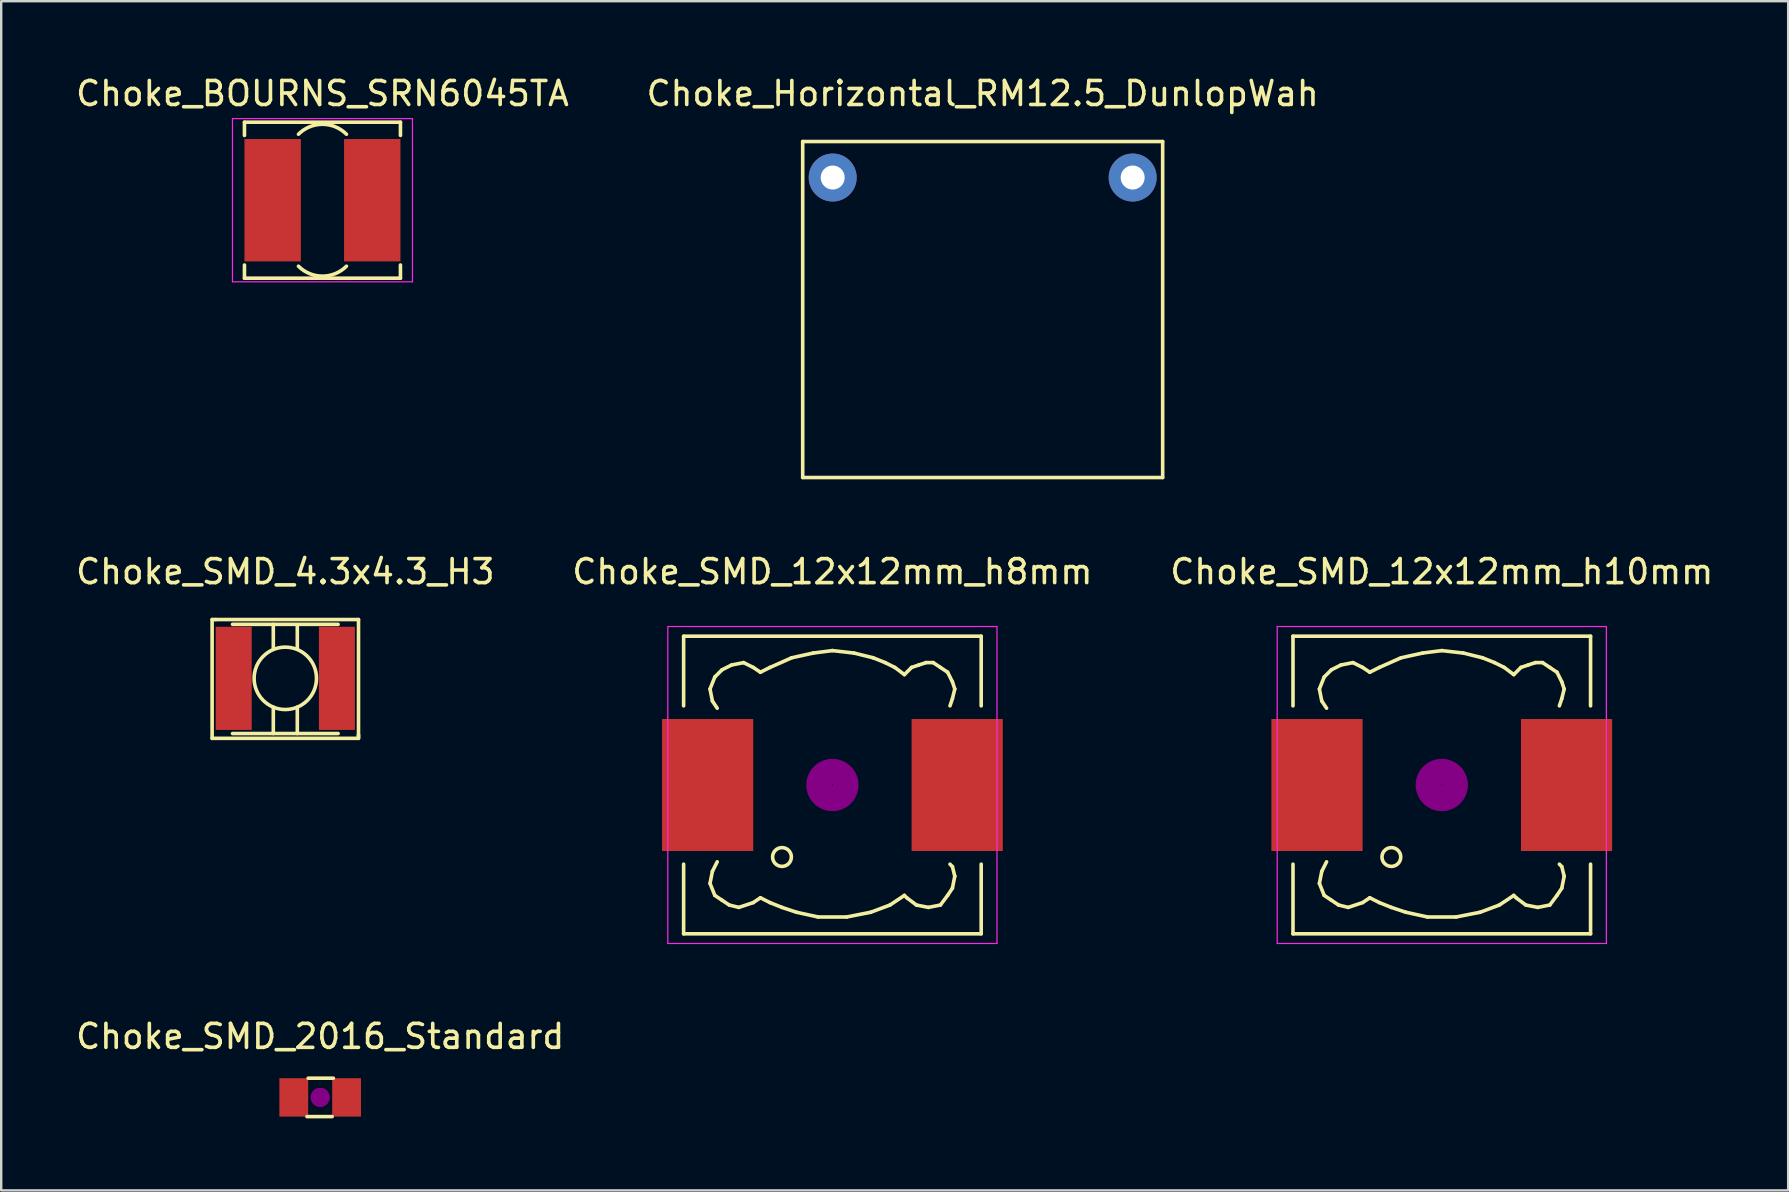
<source format=kicad_pcb>
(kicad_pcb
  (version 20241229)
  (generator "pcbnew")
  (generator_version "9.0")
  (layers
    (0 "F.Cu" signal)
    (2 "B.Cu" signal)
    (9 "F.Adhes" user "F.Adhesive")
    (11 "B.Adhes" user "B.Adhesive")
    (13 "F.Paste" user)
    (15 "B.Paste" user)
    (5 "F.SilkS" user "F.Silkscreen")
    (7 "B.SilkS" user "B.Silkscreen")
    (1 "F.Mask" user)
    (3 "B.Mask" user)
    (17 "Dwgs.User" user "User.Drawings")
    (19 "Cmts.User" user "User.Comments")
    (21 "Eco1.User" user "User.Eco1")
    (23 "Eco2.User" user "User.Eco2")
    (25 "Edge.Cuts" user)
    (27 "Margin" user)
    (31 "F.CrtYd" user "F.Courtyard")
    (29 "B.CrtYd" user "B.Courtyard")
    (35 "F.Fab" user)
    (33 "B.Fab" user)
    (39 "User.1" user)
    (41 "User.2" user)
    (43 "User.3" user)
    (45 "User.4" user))
  (footprint "Choke_SMD_12x12mm_h10mm"
    (layer "F.Cu")
    (at 57.03 29.662)
    (property "Reference" "Choke_SMD_12x12mm_h10mm" (at 0 -8.89 0) (layer "F.SilkS") (effects (font (size 1 1) (thickness 0.15))))
    (attr smd)
    (fp_line (start -6.2 -6.2) (end -6.2 -3.299) (stroke (width 0.15) (type solid)) (layer "F.SilkS"))
    (fp_line (start -6.2 3.299) (end -6.2 6.2) (stroke (width 0.15) (type solid)) (layer "F.SilkS"))
    (fp_line (start -6.2 6.2) (end 6.2 6.2) (stroke (width 0.15) (type solid)) (layer "F.SilkS"))
    (fp_line (start -5.1 -4) (end -5.001 -3.5) (stroke (width 0.15) (type solid)) (layer "F.SilkS"))
    (fp_line (start -5.1 4.1) (end -5.001 3.599) (stroke (width 0.15) (type solid)) (layer "F.SilkS"))
    (fp_line (start -5.001 -3.5) (end -4.801 -3.2) (stroke (width 0.15) (type solid)) (layer "F.SilkS"))
    (fp_line (start -5.001 3.599) (end -4.801 3.2) (stroke (width 0.15) (type solid)) (layer "F.SilkS"))
    (fp_line (start -4.9 -4.501) (end -5.1 -4) (stroke (width 0.15) (type solid)) (layer "F.SilkS"))
    (fp_line (start -4.9 4.6) (end -5.1 4.1) (stroke (width 0.15) (type solid)) (layer "F.SilkS"))
    (fp_line (start -4.6 -4.801) (end -4.9 -4.501) (stroke (width 0.15) (type solid)) (layer "F.SilkS"))
    (fp_line (start -4.6 4.801) (end -4.9 4.6) (stroke (width 0.15) (type solid)) (layer "F.SilkS"))
    (fp_line (start -4.3 5.001) (end -4.6 4.801) (stroke (width 0.15) (type solid)) (layer "F.SilkS"))
    (fp_line (start -4.201 -5.001) (end -4.6 -4.801) (stroke (width 0.15) (type solid)) (layer "F.SilkS"))
    (fp_line (start -3.899 5.1) (end -4.3 5.001) (stroke (width 0.15) (type solid)) (layer "F.SilkS"))
    (fp_line (start -3.701 -5.1) (end -4.201 -5.001) (stroke (width 0.15) (type solid)) (layer "F.SilkS"))
    (fp_line (start -3.299 -4.9) (end -3.701 -5.1) (stroke (width 0.15) (type solid)) (layer "F.SilkS"))
    (fp_line (start -3.299 4.9) (end -3.899 5.1) (stroke (width 0.15) (type solid)) (layer "F.SilkS"))
    (fp_line (start -3 -4.699) (end -3.299 -4.9) (stroke (width 0.15) (type solid)) (layer "F.SilkS"))
    (fp_line (start -3 4.699) (end -3.299 4.9) (stroke (width 0.15) (type solid)) (layer "F.SilkS"))
    (fp_line (start -2.601 -4.9) (end -3 -4.699) (stroke (width 0.15) (type solid)) (layer "F.SilkS"))
    (fp_line (start -2.601 4.9) (end -3 4.699) (stroke (width 0.15) (type solid)) (layer "F.SilkS"))
    (fp_line (start -2.101 5.1) (end -2.601 4.9) (stroke (width 0.15) (type solid)) (layer "F.SilkS"))
    (fp_line (start -1.699 -5.301) (end -2.601 -4.9) (stroke (width 0.15) (type solid)) (layer "F.SilkS"))
    (fp_line (start -1.501 5.301) (end -2.101 5.1) (stroke (width 0.15) (type solid)) (layer "F.SilkS"))
    (fp_line (start -0.8 -5.499) (end -1.699 -5.301) (stroke (width 0.15) (type solid)) (layer "F.SilkS"))
    (fp_line (start -0.599 5.499) (end -1.501 5.301) (stroke (width 0.15) (type solid)) (layer "F.SilkS"))
    (fp_line (start 0 -5.601) (end -0.8 -5.499) (stroke (width 0.15) (type solid)) (layer "F.SilkS"))
    (fp_line (start 0.599 5.499) (end -0.599 5.499) (stroke (width 0.15) (type solid)) (layer "F.SilkS"))
    (fp_line (start 0.899 -5.499) (end 0 -5.601) (stroke (width 0.15) (type solid)) (layer "F.SilkS"))
    (fp_line (start 1.6 5.301) (end 0.599 5.499) (stroke (width 0.15) (type solid)) (layer "F.SilkS"))
    (fp_line (start 1.699 -5.301) (end 0.899 -5.499) (stroke (width 0.15) (type solid)) (layer "F.SilkS"))
    (fp_line (start 2.2 -5.1) (end 1.699 -5.301) (stroke (width 0.15) (type solid)) (layer "F.SilkS"))
    (fp_line (start 2.4 5.001) (end 1.6 5.301) (stroke (width 0.15) (type solid)) (layer "F.SilkS"))
    (fp_line (start 2.601 -4.9) (end 2.2 -5.1) (stroke (width 0.15) (type solid)) (layer "F.SilkS"))
    (fp_line (start 3 -4.6) (end 2.601 -4.9) (stroke (width 0.15) (type solid)) (layer "F.SilkS"))
    (fp_line (start 3 4.6) (end 2.4 5.001) (stroke (width 0.15) (type solid)) (layer "F.SilkS"))
    (fp_line (start 3.099 4.699) (end 3 4.6) (stroke (width 0.15) (type solid)) (layer "F.SilkS"))
    (fp_line (start 3.299 -4.9) (end 3 -4.6) (stroke (width 0.15) (type solid)) (layer "F.SilkS"))
    (fp_line (start 3.5 5.001) (end 3.099 4.699) (stroke (width 0.15) (type solid)) (layer "F.SilkS"))
    (fp_line (start 3.599 -5.001) (end 3.299 -4.9) (stroke (width 0.15) (type solid)) (layer "F.SilkS"))
    (fp_line (start 3.899 -5.1) (end 3.599 -5.001) (stroke (width 0.15) (type solid)) (layer "F.SilkS"))
    (fp_line (start 4 5.1) (end 3.5 5.001) (stroke (width 0.15) (type solid)) (layer "F.SilkS"))
    (fp_line (start 4.201 -5.1) (end 3.899 -5.1) (stroke (width 0.15) (type solid)) (layer "F.SilkS"))
    (fp_line (start 4.501 -4.9) (end 4.201 -5.1) (stroke (width 0.15) (type solid)) (layer "F.SilkS"))
    (fp_line (start 4.501 5.001) (end 4 5.1) (stroke (width 0.15) (type solid)) (layer "F.SilkS"))
    (fp_line (start 4.801 -4.699) (end 4.501 -4.9) (stroke (width 0.15) (type solid)) (layer "F.SilkS"))
    (fp_line (start 4.801 4.6) (end 4.501 5.001) (stroke (width 0.15) (type solid)) (layer "F.SilkS"))
    (fp_line (start 4.9 -3.299) (end 5.001 -3.599) (stroke (width 0.15) (type solid)) (layer "F.SilkS"))
    (fp_line (start 4.9 3.299) (end 5.001 3.401) (stroke (width 0.15) (type solid)) (layer "F.SilkS"))
    (fp_line (start 5.001 -4.3) (end 4.801 -4.699) (stroke (width 0.15) (type solid)) (layer "F.SilkS"))
    (fp_line (start 5.001 -3.599) (end 5.1 -4) (stroke (width 0.15) (type solid)) (layer "F.SilkS"))
    (fp_line (start 5.001 3.401) (end 5.1 3.8) (stroke (width 0.15) (type solid)) (layer "F.SilkS"))
    (fp_line (start 5.001 4.3) (end 4.801 4.6) (stroke (width 0.15) (type solid)) (layer "F.SilkS"))
    (fp_line (start 5.1 -4) (end 5.001 -4.3) (stroke (width 0.15) (type solid)) (layer "F.SilkS"))
    (fp_line (start 5.1 3.8) (end 5.001 4.3) (stroke (width 0.15) (type solid)) (layer "F.SilkS"))
    (fp_line (start 6.2 -6.2) (end -6.2 -6.2) (stroke (width 0.15) (type solid)) (layer "F.SilkS"))
    (fp_line (start 6.2 -6.2) (end 6.2 -3.299) (stroke (width 0.15) (type solid)) (layer "F.SilkS"))
    (fp_line (start 6.2 6.2) (end 6.2 3.299) (stroke (width 0.15) (type solid)) (layer "F.SilkS"))
    (fp_circle (center -2.101 3) (end -1.801 3.251) (stroke (width 0.15) (type solid)) (fill no) (layer "F.SilkS"))
    (fp_circle (center 0 0) (end 0.15 0.15) (stroke (width 0.381) (type solid)) (fill no) (layer "F.Adhes"))
    (fp_circle (center 0 0) (end 0.551 0) (stroke (width 0.381) (type solid)) (fill no) (layer "F.Adhes"))
    (fp_circle (center 0 0) (end 0.899 0) (stroke (width 0.381) (type solid)) (fill no) (layer "F.Adhes"))
    (fp_line (start -6.858 -6.604) (end 6.858 -6.604) (stroke (width 0.05) (type solid)) (layer "F.CrtYd"))
    (fp_line (start -6.858 6.604) (end -6.858 -6.604) (stroke (width 0.05) (type solid)) (layer "F.CrtYd"))
    (fp_line (start 6.858 -6.604) (end 6.858 6.604) (stroke (width 0.05) (type solid)) (layer "F.CrtYd"))
    (fp_line (start 6.858 6.604) (end -6.858 6.604) (stroke (width 0.05) (type solid)) (layer "F.CrtYd"))
    (pad "1" smd rect (at -5.2 0) (size 3.8 5.5) (layers "F.Cu" "F.Mask" "F.Paste"))
    (pad "2" smd rect (at 5.2 0) (size 3.8 5.5) (layers "F.Cu" "F.Mask" "F.Paste")))
  (footprint "Choke_Horizontal_RM12.5_DunlopWah"
    (layer "F.Cu")
    (at 37.899 4.348)
    (property "Reference" "Choke_Horizontal_RM12.5_DunlopWah" (at 0 -3.5 0) (layer "F.SilkS") (effects (font (size 1 1) (thickness 0.15))))
    (attr through_hole)
    (fp_line (start -7.5 -1.5) (end 7.5 -1.5) (stroke (width 0.15) (type solid)) (layer "F.SilkS"))
    (fp_line (start -7.5 12.5) (end -7.5 -1.5) (stroke (width 0.15) (type solid)) (layer "F.SilkS"))
    (fp_line (start 7.5 -1.5) (end 7.5 12.5) (stroke (width 0.15) (type solid)) (layer "F.SilkS"))
    (fp_line (start 7.5 12.5) (end -7.5 12.5) (stroke (width 0.15) (type solid)) (layer "F.SilkS"))
    (pad "1" thru_hole circle (at -6.25 0) (size 1.999 1.999) (drill 1.001) (layers "*.Cu" "*.Mask"))
    (pad "2" thru_hole circle (at 6.25 0) (size 1.999 1.999) (drill 1.001) (layers "*.Cu" "*.Mask")))
  (footprint "Choke_SMD_4.3x4.3_H3"
    (layer "F.Cu")
    (at 8.839 25.217)
    (property "Reference" "Choke_SMD_4.3x4.3_H3" (at 0 -4.445 0) (layer "F.SilkS") (effects (font (size 1 1) (thickness 0.15))))
    (attr smd)
    (fp_line (start -3.05 -2.45) (end -2.9 -2.45) (stroke (width 0.15) (type solid)) (layer "F.SilkS"))
    (fp_line (start -3.05 2.5) (end -3.05 -2.45) (stroke (width 0.15) (type solid)) (layer "F.SilkS"))
    (fp_line (start -3.05 2.5) (end 3.05 2.5) (stroke (width 0.15) (type solid)) (layer "F.SilkS"))
    (fp_line (start -2.9 -2.45) (end 3.05 -2.45) (stroke (width 0.15) (type solid)) (layer "F.SilkS"))
    (fp_line (start -2.2 2.3) (end 2.2 2.3) (stroke (width 0.15) (type solid)) (layer "F.SilkS"))
    (fp_line (start -0.5 -2.25) (end -0.5 -1.25) (stroke (width 0.15) (type solid)) (layer "F.SilkS"))
    (fp_line (start -0.5 2.3) (end -0.5 1.2) (stroke (width 0.15) (type solid)) (layer "F.SilkS"))
    (fp_line (start 0.5 -2.2) (end 0.5 -1.25) (stroke (width 0.15) (type solid)) (layer "F.SilkS"))
    (fp_line (start 0.5 2.3) (end 0.5 1.2) (stroke (width 0.15) (type solid)) (layer "F.SilkS"))
    (fp_line (start 2.2 -2.25) (end -2.2 -2.25) (stroke (width 0.15) (type solid)) (layer "F.SilkS"))
    (fp_line (start 3.05 -2.45) (end 3.05 2.45) (stroke (width 0.15) (type solid)) (layer "F.SilkS"))
    (fp_line (start 3.05 2.5) (end 3.05 2.35) (stroke (width 0.15) (type solid)) (layer "F.SilkS"))
    (fp_circle (center 0 0) (end 0 -1.3) (stroke (width 0.15) (type solid)) (fill no) (layer "F.SilkS"))
    (pad "1" smd rect (at -2.15 0) (size 1.5 4.3) (layers "F.Cu" "F.Mask" "F.Paste"))
    (pad "2" smd rect (at 2.15 0) (size 1.5 4.3) (layers "F.Cu" "F.Mask" "F.Paste")))
  (footprint "Choke_SMD_2016_Standard"
    (layer "F.Cu")
    (at 10.292 42.679)
    (property "Reference" "Choke_SMD_2016_Standard" (at 0 -2.54 0) (layer "F.SilkS") (effects (font (size 1 1) (thickness 0.15))))
    (attr smd)
    (fp_line (start -0.551 0.8) (end 0.5 0.8) (stroke (width 0.15) (type solid)) (layer "F.SilkS"))
    (fp_line (start 0.551 -0.8) (end -0.5 -0.8) (stroke (width 0.15) (type solid)) (layer "F.SilkS"))
    (fp_circle (center 0 0) (end 0.2 0) (stroke (width 0.381) (type solid)) (fill no) (layer "F.Adhes"))
    (fp_circle (center 0 0) (end 0.201 -0.051) (stroke (width 0.381) (type solid)) (fill no) (layer "F.Adhes"))
    (pad "1" smd rect (at -1.1 0) (size 1.2 1.6) (layers "F.Cu" "F.Mask" "F.Paste"))
    (pad "2" smd rect (at 1.1 0) (size 1.2 1.6) (layers "F.Cu" "F.Mask" "F.Paste")))
  (footprint "Choke_SMD_12x12mm_h8mm"
    (layer "F.Cu")
    (at 31.637 29.662)
    (property "Reference" "Choke_SMD_12x12mm_h8mm" (at 0 -8.89 0) (layer "F.SilkS") (effects (font (size 1 1) (thickness 0.15))))
    (attr smd)
    (fp_line (start -6.2 -6.2) (end -6.2 -3.299) (stroke (width 0.15) (type solid)) (layer "F.SilkS"))
    (fp_line (start -6.2 3.299) (end -6.2 6.2) (stroke (width 0.15) (type solid)) (layer "F.SilkS"))
    (fp_line (start -6.2 6.2) (end 6.2 6.2) (stroke (width 0.15) (type solid)) (layer "F.SilkS"))
    (fp_line (start -5.1 -4) (end -5.001 -3.5) (stroke (width 0.15) (type solid)) (layer "F.SilkS"))
    (fp_line (start -5.1 4.1) (end -5.001 3.599) (stroke (width 0.15) (type solid)) (layer "F.SilkS"))
    (fp_line (start -5.001 -3.5) (end -4.801 -3.2) (stroke (width 0.15) (type solid)) (layer "F.SilkS"))
    (fp_line (start -5.001 3.599) (end -4.801 3.2) (stroke (width 0.15) (type solid)) (layer "F.SilkS"))
    (fp_line (start -4.9 -4.501) (end -5.1 -4) (stroke (width 0.15) (type solid)) (layer "F.SilkS"))
    (fp_line (start -4.9 4.6) (end -5.1 4.1) (stroke (width 0.15) (type solid)) (layer "F.SilkS"))
    (fp_line (start -4.6 -4.801) (end -4.9 -4.501) (stroke (width 0.15) (type solid)) (layer "F.SilkS"))
    (fp_line (start -4.6 4.801) (end -4.9 4.6) (stroke (width 0.15) (type solid)) (layer "F.SilkS"))
    (fp_line (start -4.3 5.001) (end -4.6 4.801) (stroke (width 0.15) (type solid)) (layer "F.SilkS"))
    (fp_line (start -4.201 -5.001) (end -4.6 -4.801) (stroke (width 0.15) (type solid)) (layer "F.SilkS"))
    (fp_line (start -3.899 5.1) (end -4.3 5.001) (stroke (width 0.15) (type solid)) (layer "F.SilkS"))
    (fp_line (start -3.701 -5.1) (end -4.201 -5.001) (stroke (width 0.15) (type solid)) (layer "F.SilkS"))
    (fp_line (start -3.299 -4.9) (end -3.701 -5.1) (stroke (width 0.15) (type solid)) (layer "F.SilkS"))
    (fp_line (start -3.299 4.9) (end -3.899 5.1) (stroke (width 0.15) (type solid)) (layer "F.SilkS"))
    (fp_line (start -3 -4.699) (end -3.299 -4.9) (stroke (width 0.15) (type solid)) (layer "F.SilkS"))
    (fp_line (start -3 4.699) (end -3.299 4.9) (stroke (width 0.15) (type solid)) (layer "F.SilkS"))
    (fp_line (start -2.601 -4.9) (end -3 -4.699) (stroke (width 0.15) (type solid)) (layer "F.SilkS"))
    (fp_line (start -2.601 4.9) (end -3 4.699) (stroke (width 0.15) (type solid)) (layer "F.SilkS"))
    (fp_line (start -2.101 5.1) (end -2.601 4.9) (stroke (width 0.15) (type solid)) (layer "F.SilkS"))
    (fp_line (start -1.699 -5.301) (end -2.601 -4.9) (stroke (width 0.15) (type solid)) (layer "F.SilkS"))
    (fp_line (start -1.501 5.301) (end -2.101 5.1) (stroke (width 0.15) (type solid)) (layer "F.SilkS"))
    (fp_line (start -0.8 -5.499) (end -1.699 -5.301) (stroke (width 0.15) (type solid)) (layer "F.SilkS"))
    (fp_line (start -0.599 5.499) (end -1.501 5.301) (stroke (width 0.15) (type solid)) (layer "F.SilkS"))
    (fp_line (start 0 -5.601) (end -0.8 -5.499) (stroke (width 0.15) (type solid)) (layer "F.SilkS"))
    (fp_line (start 0.599 5.499) (end -0.599 5.499) (stroke (width 0.15) (type solid)) (layer "F.SilkS"))
    (fp_line (start 0.899 -5.499) (end 0 -5.601) (stroke (width 0.15) (type solid)) (layer "F.SilkS"))
    (fp_line (start 1.6 5.301) (end 0.599 5.499) (stroke (width 0.15) (type solid)) (layer "F.SilkS"))
    (fp_line (start 1.699 -5.301) (end 0.899 -5.499) (stroke (width 0.15) (type solid)) (layer "F.SilkS"))
    (fp_line (start 2.2 -5.1) (end 1.699 -5.301) (stroke (width 0.15) (type solid)) (layer "F.SilkS"))
    (fp_line (start 2.4 5.001) (end 1.6 5.301) (stroke (width 0.15) (type solid)) (layer "F.SilkS"))
    (fp_line (start 2.601 -4.9) (end 2.2 -5.1) (stroke (width 0.15) (type solid)) (layer "F.SilkS"))
    (fp_line (start 3 -4.6) (end 2.601 -4.9) (stroke (width 0.15) (type solid)) (layer "F.SilkS"))
    (fp_line (start 3 4.6) (end 2.4 5.001) (stroke (width 0.15) (type solid)) (layer "F.SilkS"))
    (fp_line (start 3.099 4.699) (end 3 4.6) (stroke (width 0.15) (type solid)) (layer "F.SilkS"))
    (fp_line (start 3.299 -4.9) (end 3 -4.6) (stroke (width 0.15) (type solid)) (layer "F.SilkS"))
    (fp_line (start 3.5 5.001) (end 3.099 4.699) (stroke (width 0.15) (type solid)) (layer "F.SilkS"))
    (fp_line (start 3.599 -5.001) (end 3.299 -4.9) (stroke (width 0.15) (type solid)) (layer "F.SilkS"))
    (fp_line (start 3.899 -5.1) (end 3.599 -5.001) (stroke (width 0.15) (type solid)) (layer "F.SilkS"))
    (fp_line (start 4 5.1) (end 3.5 5.001) (stroke (width 0.15) (type solid)) (layer "F.SilkS"))
    (fp_line (start 4.201 -5.1) (end 3.899 -5.1) (stroke (width 0.15) (type solid)) (layer "F.SilkS"))
    (fp_line (start 4.501 -4.9) (end 4.201 -5.1) (stroke (width 0.15) (type solid)) (layer "F.SilkS"))
    (fp_line (start 4.501 5.001) (end 4 5.1) (stroke (width 0.15) (type solid)) (layer "F.SilkS"))
    (fp_line (start 4.801 -4.699) (end 4.501 -4.9) (stroke (width 0.15) (type solid)) (layer "F.SilkS"))
    (fp_line (start 4.801 4.6) (end 4.501 5.001) (stroke (width 0.15) (type solid)) (layer "F.SilkS"))
    (fp_line (start 4.9 -3.299) (end 5.001 -3.599) (stroke (width 0.15) (type solid)) (layer "F.SilkS"))
    (fp_line (start 4.9 3.299) (end 5.001 3.401) (stroke (width 0.15) (type solid)) (layer "F.SilkS"))
    (fp_line (start 5.001 -4.3) (end 4.801 -4.699) (stroke (width 0.15) (type solid)) (layer "F.SilkS"))
    (fp_line (start 5.001 -3.599) (end 5.1 -4) (stroke (width 0.15) (type solid)) (layer "F.SilkS"))
    (fp_line (start 5.001 3.401) (end 5.1 3.8) (stroke (width 0.15) (type solid)) (layer "F.SilkS"))
    (fp_line (start 5.001 4.3) (end 4.801 4.6) (stroke (width 0.15) (type solid)) (layer "F.SilkS"))
    (fp_line (start 5.1 -4) (end 5.001 -4.3) (stroke (width 0.15) (type solid)) (layer "F.SilkS"))
    (fp_line (start 5.1 3.8) (end 5.001 4.3) (stroke (width 0.15) (type solid)) (layer "F.SilkS"))
    (fp_line (start 6.2 -6.2) (end -6.2 -6.2) (stroke (width 0.15) (type solid)) (layer "F.SilkS"))
    (fp_line (start 6.2 -6.2) (end 6.2 -3.299) (stroke (width 0.15) (type solid)) (layer "F.SilkS"))
    (fp_line (start 6.2 6.2) (end 6.2 3.299) (stroke (width 0.15) (type solid)) (layer "F.SilkS"))
    (fp_circle (center -2.101 3) (end -1.801 3.251) (stroke (width 0.15) (type solid)) (fill no) (layer "F.SilkS"))
    (fp_circle (center 0 0) (end 0.15 0.15) (stroke (width 0.381) (type solid)) (fill no) (layer "F.Adhes"))
    (fp_circle (center 0 0) (end 0.551 0) (stroke (width 0.381) (type solid)) (fill no) (layer "F.Adhes"))
    (fp_circle (center 0 0) (end 0.899 0) (stroke (width 0.381) (type solid)) (fill no) (layer "F.Adhes"))
    (fp_line (start -6.858 -6.604) (end 6.858 -6.604) (stroke (width 0.05) (type solid)) (layer "F.CrtYd"))
    (fp_line (start -6.858 6.604) (end -6.858 -6.604) (stroke (width 0.05) (type solid)) (layer "F.CrtYd"))
    (fp_line (start 6.858 -6.604) (end 6.858 6.604) (stroke (width 0.05) (type solid)) (layer "F.CrtYd"))
    (fp_line (start 6.858 6.604) (end -6.858 6.604) (stroke (width 0.05) (type solid)) (layer "F.CrtYd"))
    (pad "1" smd rect (at -5.2 0) (size 3.8 5.5) (layers "F.Cu" "F.Mask" "F.Paste"))
    (pad "2" smd rect (at 5.2 0) (size 3.8 5.5) (layers "F.Cu" "F.Mask" "F.Paste")))
  (footprint "Choke_BOURNS_SRN6045TA"
    (layer "F.Cu")
    (at 10.387 5.293)
    (property "Reference" "Choke_BOURNS_SRN6045TA" (at 0 -4.445 0) (layer "F.SilkS") (effects (font (size 1 1) (thickness 0.15))))
    (attr smd)
    (fp_line (start -3.25 -3.25) (end -3.25 -2.7) (stroke (width 0.15) (type solid)) (layer "F.SilkS"))
    (fp_line (start -3.25 -3.25) (end 3.25 -3.25) (stroke (width 0.15) (type solid)) (layer "F.SilkS"))
    (fp_line (start -3.25 3.25) (end -3.25 2.7) (stroke (width 0.15) (type solid)) (layer "F.SilkS"))
    (fp_line (start -3.25 3.25) (end 3.25 3.25) (stroke (width 0.15) (type solid)) (layer "F.SilkS"))
    (fp_line (start 3.25 -3.25) (end 3.25 -2.7) (stroke (width 0.15) (type solid)) (layer "F.SilkS"))
    (fp_line (start 3.25 3.25) (end 3.25 2.7) (stroke (width 0.15) (type solid)) (layer "F.SilkS"))
    (fp_arc (start -1 -2.75) (mid 0 -3.164214) (end 1 -2.75) (stroke (width 0.15) (type solid)) (layer "F.SilkS"))
    (fp_arc (start 1 2.75) (mid 0 3.164214) (end -1 2.75) (stroke (width 0.15) (type solid)) (layer "F.SilkS"))
    (fp_line (start -3.75 -3.4) (end -3.75 3.4) (stroke (width 0.05) (type solid)) (layer "F.CrtYd"))
    (fp_line (start -3.75 3.4) (end 3.75 3.4) (stroke (width 0.05) (type solid)) (layer "F.CrtYd"))
    (fp_line (start 3.75 -3.4) (end -3.75 -3.4) (stroke (width 0.05) (type solid)) (layer "F.CrtYd"))
    (fp_line (start 3.75 3.4) (end 3.75 -3.4) (stroke (width 0.05) (type solid)) (layer "F.CrtYd"))
    (pad "1" smd rect (at -2.075 0) (size 2.35 5.1) (layers "F.Cu" "F.Mask" "F.Paste"))
    (pad "2" smd rect (at 2.075 0) (size 2.35 5.1) (layers "F.Cu" "F.Mask" "F.Paste")))
  (gr_rect
    (start -3 -3)
    (end 71.464 46.554)
    (stroke (width 0.1) (type default))
    (fill no)
    (layer "Edge.Cuts")))
</source>
